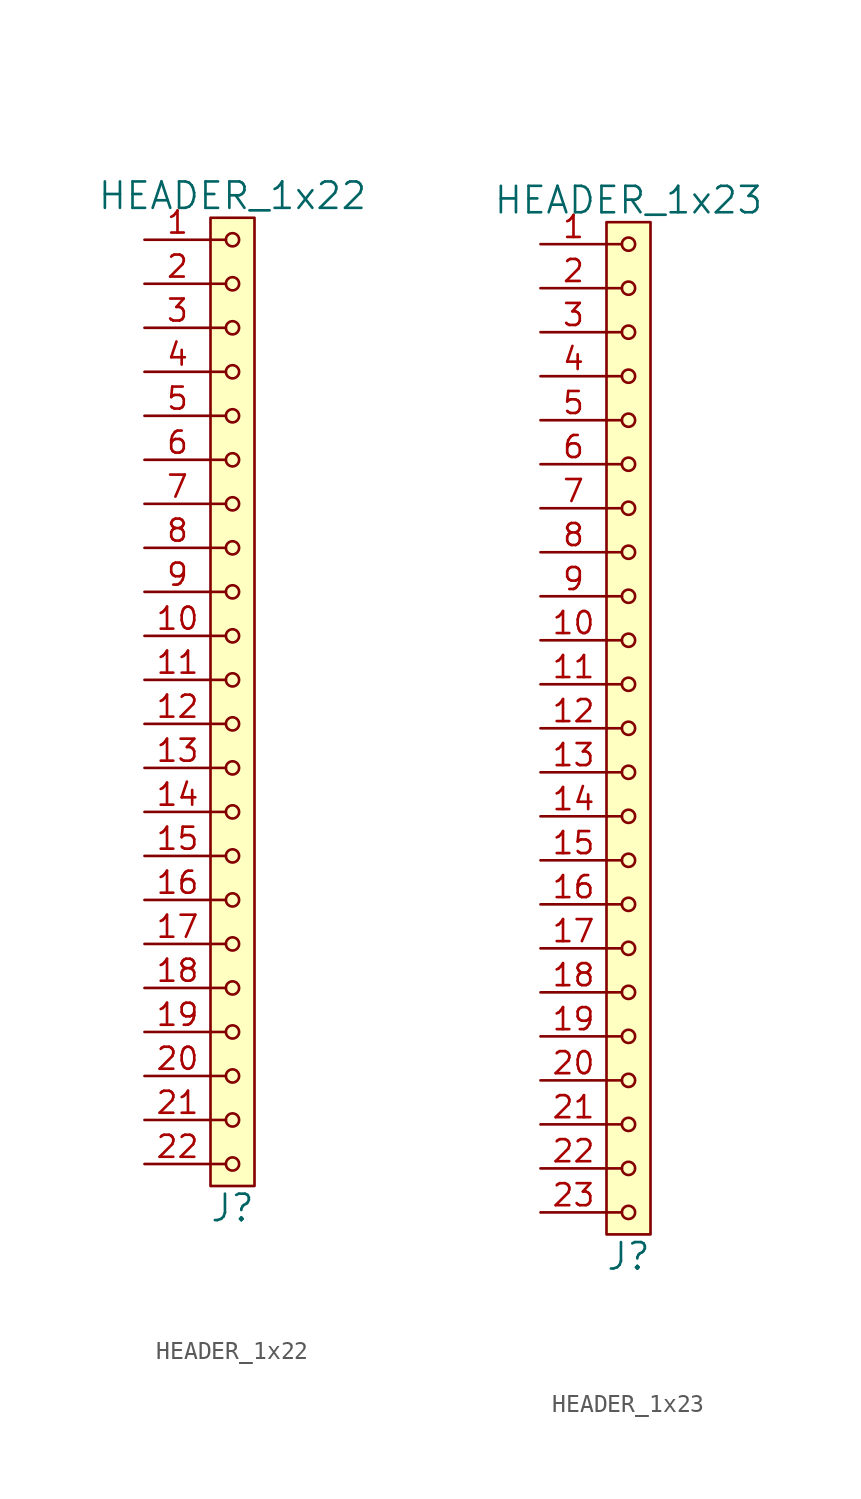
<source format=kicad_sym>
(kicad_symbol_lib
  (version 20211014)
  (generator kicad_symbol_editor)
  (symbol "HEADER_1x22"
    (pin_names
      (offset 1.016))
    (property "Reference" "J"
      (at 0 -29.21 0)
      (effects (font (size 1.524 1.524))))
    (property "Value" "HEADER_1x22"
      (at 0 29.21 0)
      (effects (font (size 1.524 1.524))))
    (property "Footprint" ""
      (at 0 26.67 0)
      (effects (font (size 1.524 1.524))))
    (property "Datasheet" ""
      (at 0 26.67 0)
      (effects (font (size 1.524 1.524))))
    (symbol "HEADER_1x22_0_1"
      (rectangle (start -1.27 27.94) (end 1.27 -27.94) (stroke (width 0) (type default) (color 0 0 0 0)) (fill (type background)))
      (circle (center 0 -26.67) (radius 0.381) (stroke (width 0) (type default) (color 0 0 0 0)) (fill (type none)))
      (circle (center 0 -24.13) (radius 0.381) (stroke (width 0) (type default) (color 0 0 0 0)) (fill (type none)))
      (circle (center 0 -21.59) (radius 0.381) (stroke (width 0) (type default) (color 0 0 0 0)) (fill (type none)))
      (circle (center 0 -19.05) (radius 0.381) (stroke (width 0) (type default) (color 0 0 0 0)) (fill (type none)))
      (circle (center 0 -16.51) (radius 0.381) (stroke (width 0) (type default) (color 0 0 0 0)) (fill (type none)))
      (circle (center 0 -13.97) (radius 0.381) (stroke (width 0) (type default) (color 0 0 0 0)) (fill (type none)))
      (circle (center 0 -11.43) (radius 0.381) (stroke (width 0) (type default) (color 0 0 0 0)) (fill (type none)))
      (circle (center 0 -8.89) (radius 0.381) (stroke (width 0) (type default) (color 0 0 0 0)) (fill (type none)))
      (circle (center 0 -6.35) (radius 0.381) (stroke (width 0) (type default) (color 0 0 0 0)) (fill (type none)))
      (circle (center 0 -3.81) (radius 0.381) (stroke (width 0) (type default) (color 0 0 0 0)) (fill (type none)))
      (circle (center 0 -1.27) (radius 0.381) (stroke (width 0) (type default) (color 0 0 0 0)) (fill (type none)))
      (polyline (pts (xy -1.27 -26.67) (xy -0.381 -26.67)) (stroke (width 0) (type default) (color 0 0 0 0)) (fill (type none)))
      (polyline (pts (xy -1.27 -24.13) (xy -0.381 -24.13)) (stroke (width 0) (type default) (color 0 0 0 0)) (fill (type none)))
      (polyline (pts (xy -1.27 -21.59) (xy -0.381 -21.59)) (stroke (width 0) (type default) (color 0 0 0 0)) (fill (type none)))
      (polyline (pts (xy -1.27 -19.05) (xy -0.381 -19.05)) (stroke (width 0) (type default) (color 0 0 0 0)) (fill (type none)))
      (polyline (pts (xy -1.27 -16.51) (xy -0.381 -16.51)) (stroke (width 0) (type default) (color 0 0 0 0)) (fill (type none)))
      (polyline (pts (xy -1.27 -13.97) (xy -0.381 -13.97)) (stroke (width 0) (type default) (color 0 0 0 0)) (fill (type none)))
      (polyline (pts (xy -1.27 -11.43) (xy -0.381 -11.43)) (stroke (width 0) (type default) (color 0 0 0 0)) (fill (type none)))
      (polyline (pts (xy -1.27 -8.89) (xy -0.381 -8.89)) (stroke (width 0) (type default) (color 0 0 0 0)) (fill (type none)))
      (polyline (pts (xy -1.27 -6.35) (xy -0.381 -6.35)) (stroke (width 0) (type default) (color 0 0 0 0)) (fill (type none)))
      (polyline (pts (xy -1.27 -3.81) (xy -0.381 -3.81)) (stroke (width 0) (type default) (color 0 0 0 0)) (fill (type none)))
      (polyline (pts (xy -1.27 -1.27) (xy -0.381 -1.27)) (stroke (width 0) (type default) (color 0 0 0 0)) (fill (type none)))
      (polyline (pts (xy -1.27 1.27) (xy -0.381 1.27)) (stroke (width 0) (type default) (color 0 0 0 0)) (fill (type none)))
      (polyline (pts (xy -1.27 3.81) (xy -0.381 3.81)) (stroke (width 0) (type default) (color 0 0 0 0)) (fill (type none)))
      (polyline (pts (xy -1.27 6.35) (xy -0.381 6.35)) (stroke (width 0) (type default) (color 0 0 0 0)) (fill (type none)))
      (polyline (pts (xy -1.27 8.89) (xy -0.381 8.89)) (stroke (width 0) (type default) (color 0 0 0 0)) (fill (type none)))
      (polyline (pts (xy -1.27 11.43) (xy -0.381 11.43)) (stroke (width 0) (type default) (color 0 0 0 0)) (fill (type none)))
      (polyline (pts (xy -1.27 13.97) (xy -0.381 13.97)) (stroke (width 0) (type default) (color 0 0 0 0)) (fill (type none)))
      (polyline (pts (xy -1.27 16.51) (xy -0.381 16.51)) (stroke (width 0) (type default) (color 0 0 0 0)) (fill (type none)))
      (polyline (pts (xy -1.27 19.05) (xy -0.381 19.05)) (stroke (width 0) (type default) (color 0 0 0 0)) (fill (type none)))
      (polyline (pts (xy -1.27 21.59) (xy -0.381 21.59)) (stroke (width 0) (type default) (color 0 0 0 0)) (fill (type none)))
      (polyline (pts (xy -1.27 24.13) (xy -0.381 24.13)) (stroke (width 0) (type default) (color 0 0 0 0)) (fill (type none)))
      (polyline (pts (xy -1.27 26.67) (xy -0.381 26.67)) (stroke (width 0) (type default) (color 0 0 0 0)) (fill (type none)))
      (circle (center 0 1.27) (radius 0.381) (stroke (width 0) (type default) (color 0 0 0 0)) (fill (type none)))
      (circle (center 0 3.81) (radius 0.381) (stroke (width 0) (type default) (color 0 0 0 0)) (fill (type none)))
      (circle (center 0 6.35) (radius 0.381) (stroke (width 0) (type default) (color 0 0 0 0)) (fill (type none)))
      (circle (center 0 8.89) (radius 0.381) (stroke (width 0) (type default) (color 0 0 0 0)) (fill (type none)))
      (circle (center 0 11.43) (radius 0.381) (stroke (width 0) (type default) (color 0 0 0 0)) (fill (type none)))
      (circle (center 0 13.97) (radius 0.381) (stroke (width 0) (type default) (color 0 0 0 0)) (fill (type none)))
      (circle (center 0 16.51) (radius 0.381) (stroke (width 0) (type default) (color 0 0 0 0)) (fill (type none)))
      (circle (center 0 19.05) (radius 0.381) (stroke (width 0) (type default) (color 0 0 0 0)) (fill (type none)))
      (circle (center 0 21.59) (radius 0.381) (stroke (width 0) (type default) (color 0 0 0 0)) (fill (type none)))
      (circle (center 0 24.13) (radius 0.381) (stroke (width 0) (type default) (color 0 0 0 0)) (fill (type none)))
      (circle (center 0 26.67) (radius 0.381) (stroke (width 0) (type default) (color 0 0 0 0)) (fill (type none))))
    (symbol "HEADER_1x22_1_1"
      (pin input line (at -5.08 26.67 0) (length 3.81) (name "~" (effects (font (size 1.27 1.27)))) (number "1" (effects (font (size 1.27 1.27)))))
      (pin input line (at -5.08 3.81 0) (length 3.81) (name "~" (effects (font (size 1.27 1.27)))) (number "10" (effects (font (size 1.27 1.27)))))
      (pin input line (at -5.08 1.27 0) (length 3.81) (name "~" (effects (font (size 1.27 1.27)))) (number "11" (effects (font (size 1.27 1.27)))))
      (pin input line (at -5.08 -1.27 0) (length 3.81) (name "~" (effects (font (size 1.27 1.27)))) (number "12" (effects (font (size 1.27 1.27)))))
      (pin input line (at -5.08 -3.81 0) (length 3.81) (name "~" (effects (font (size 1.27 1.27)))) (number "13" (effects (font (size 1.27 1.27)))))
      (pin input line (at -5.08 -6.35 0) (length 3.81) (name "~" (effects (font (size 1.27 1.27)))) (number "14" (effects (font (size 1.27 1.27)))))
      (pin input line (at -5.08 -8.89 0) (length 3.81) (name "~" (effects (font (size 1.27 1.27)))) (number "15" (effects (font (size 1.27 1.27)))))
      (pin input line (at -5.08 -11.43 0) (length 3.81) (name "~" (effects (font (size 1.27 1.27)))) (number "16" (effects (font (size 1.27 1.27)))))
      (pin input line (at -5.08 -13.97 0) (length 3.81) (name "~" (effects (font (size 1.27 1.27)))) (number "17" (effects (font (size 1.27 1.27)))))
      (pin input line (at -5.08 -16.51 0) (length 3.81) (name "~" (effects (font (size 1.27 1.27)))) (number "18" (effects (font (size 1.27 1.27)))))
      (pin input line (at -5.08 -19.05 0) (length 3.81) (name "~" (effects (font (size 1.27 1.27)))) (number "19" (effects (font (size 1.27 1.27)))))
      (pin input line (at -5.08 24.13 0) (length 3.81) (name "~" (effects (font (size 1.27 1.27)))) (number "2" (effects (font (size 1.27 1.27)))))
      (pin input line (at -5.08 -21.59 0) (length 3.81) (name "~" (effects (font (size 1.27 1.27)))) (number "20" (effects (font (size 1.27 1.27)))))
      (pin input line (at -5.08 -24.13 0) (length 3.81) (name "~" (effects (font (size 1.27 1.27)))) (number "21" (effects (font (size 1.27 1.27)))))
      (pin input line (at -5.08 -26.67 0) (length 3.81) (name "~" (effects (font (size 1.27 1.27)))) (number "22" (effects (font (size 1.27 1.27)))))
      (pin input line (at -5.08 21.59 0) (length 3.81) (name "~" (effects (font (size 1.27 1.27)))) (number "3" (effects (font (size 1.27 1.27)))))
      (pin input line (at -5.08 19.05 0) (length 3.81) (name "~" (effects (font (size 1.27 1.27)))) (number "4" (effects (font (size 1.27 1.27)))))
      (pin input line (at -5.08 16.51 0) (length 3.81) (name "~" (effects (font (size 1.27 1.27)))) (number "5" (effects (font (size 1.27 1.27)))))
      (pin input line (at -5.08 13.97 0) (length 3.81) (name "~" (effects (font (size 1.27 1.27)))) (number "6" (effects (font (size 1.27 1.27)))))
      (pin input line (at -5.08 11.43 0) (length 3.81) (name "~" (effects (font (size 1.27 1.27)))) (number "7" (effects (font (size 1.27 1.27)))))
      (pin input line (at -5.08 8.89 0) (length 3.81) (name "~" (effects (font (size 1.27 1.27)))) (number "8" (effects (font (size 1.27 1.27)))))
      (pin input line (at -5.08 6.35 0) (length 3.81) (name "~" (effects (font (size 1.27 1.27)))) (number "9" (effects (font (size 1.27 1.27)))))))
  (symbol "HEADER_1x23"
    (pin_names
      (offset 1.016))
    (property "Reference" "J"
      (at 0 -30.48 0)
      (effects (font (size 1.524 1.524))))
    (property "Value" "HEADER_1x23"
      (at 0 30.48 0)
      (effects (font (size 1.524 1.524))))
    (property "Footprint" ""
      (at 0 27.94 0)
      (effects (font (size 1.524 1.524))))
    (property "Datasheet" ""
      (at 0 27.94 0)
      (effects (font (size 1.524 1.524))))
    (symbol "HEADER_1x23_0_1"
      (rectangle (start -1.27 29.21) (end 1.27 -29.21) (stroke (width 0) (type default) (color 0 0 0 0)) (fill (type background)))
      (circle (center 0 -27.94) (radius 0.381) (stroke (width 0) (type default) (color 0 0 0 0)) (fill (type none)))
      (circle (center 0 -25.4) (radius 0.381) (stroke (width 0) (type default) (color 0 0 0 0)) (fill (type none)))
      (circle (center 0 -22.86) (radius 0.381) (stroke (width 0) (type default) (color 0 0 0 0)) (fill (type none)))
      (circle (center 0 -20.32) (radius 0.381) (stroke (width 0) (type default) (color 0 0 0 0)) (fill (type none)))
      (circle (center 0 -17.78) (radius 0.381) (stroke (width 0) (type default) (color 0 0 0 0)) (fill (type none)))
      (circle (center 0 -15.24) (radius 0.381) (stroke (width 0) (type default) (color 0 0 0 0)) (fill (type none)))
      (circle (center 0 -12.7) (radius 0.381) (stroke (width 0) (type default) (color 0 0 0 0)) (fill (type none)))
      (circle (center 0 -10.16) (radius 0.381) (stroke (width 0) (type default) (color 0 0 0 0)) (fill (type none)))
      (circle (center 0 -7.62) (radius 0.381) (stroke (width 0) (type default) (color 0 0 0 0)) (fill (type none)))
      (circle (center 0 -5.08) (radius 0.381) (stroke (width 0) (type default) (color 0 0 0 0)) (fill (type none)))
      (circle (center 0 -2.54) (radius 0.381) (stroke (width 0) (type default) (color 0 0 0 0)) (fill (type none)))
      (polyline (pts (xy -1.27 -27.94) (xy -0.381 -27.94)) (stroke (width 0) (type default) (color 0 0 0 0)) (fill (type none)))
      (polyline (pts (xy -1.27 -25.4) (xy -0.381 -25.4)) (stroke (width 0) (type default) (color 0 0 0 0)) (fill (type none)))
      (polyline (pts (xy -1.27 -22.86) (xy -0.381 -22.86)) (stroke (width 0) (type default) (color 0 0 0 0)) (fill (type none)))
      (polyline (pts (xy -1.27 -20.32) (xy -0.381 -20.32)) (stroke (width 0) (type default) (color 0 0 0 0)) (fill (type none)))
      (polyline (pts (xy -1.27 -17.78) (xy -0.381 -17.78)) (stroke (width 0) (type default) (color 0 0 0 0)) (fill (type none)))
      (polyline (pts (xy -1.27 -15.24) (xy -0.381 -15.24)) (stroke (width 0) (type default) (color 0 0 0 0)) (fill (type none)))
      (polyline (pts (xy -1.27 -12.7) (xy -0.381 -12.7)) (stroke (width 0) (type default) (color 0 0 0 0)) (fill (type none)))
      (polyline (pts (xy -1.27 -10.16) (xy -0.381 -10.16)) (stroke (width 0) (type default) (color 0 0 0 0)) (fill (type none)))
      (polyline (pts (xy -1.27 -7.62) (xy -0.381 -7.62)) (stroke (width 0) (type default) (color 0 0 0 0)) (fill (type none)))
      (polyline (pts (xy -1.27 -5.08) (xy -0.381 -5.08)) (stroke (width 0) (type default) (color 0 0 0 0)) (fill (type none)))
      (polyline (pts (xy -1.27 -2.54) (xy -0.381 -2.54)) (stroke (width 0) (type default) (color 0 0 0 0)) (fill (type none)))
      (polyline (pts (xy -1.27 0) (xy -0.381 0)) (stroke (width 0) (type default) (color 0 0 0 0)) (fill (type none)))
      (polyline (pts (xy -1.27 2.54) (xy -0.381 2.54)) (stroke (width 0) (type default) (color 0 0 0 0)) (fill (type none)))
      (polyline (pts (xy -1.27 5.08) (xy -0.381 5.08)) (stroke (width 0) (type default) (color 0 0 0 0)) (fill (type none)))
      (polyline (pts (xy -1.27 7.62) (xy -0.381 7.62)) (stroke (width 0) (type default) (color 0 0 0 0)) (fill (type none)))
      (polyline (pts (xy -1.27 10.16) (xy -0.381 10.16)) (stroke (width 0) (type default) (color 0 0 0 0)) (fill (type none)))
      (polyline (pts (xy -1.27 12.7) (xy -0.381 12.7)) (stroke (width 0) (type default) (color 0 0 0 0)) (fill (type none)))
      (polyline (pts (xy -1.27 15.24) (xy -0.381 15.24)) (stroke (width 0) (type default) (color 0 0 0 0)) (fill (type none)))
      (polyline (pts (xy -1.27 17.78) (xy -0.381 17.78)) (stroke (width 0) (type default) (color 0 0 0 0)) (fill (type none)))
      (polyline (pts (xy -1.27 20.32) (xy -0.381 20.32)) (stroke (width 0) (type default) (color 0 0 0 0)) (fill (type none)))
      (polyline (pts (xy -1.27 22.86) (xy -0.381 22.86)) (stroke (width 0) (type default) (color 0 0 0 0)) (fill (type none)))
      (polyline (pts (xy -1.27 25.4) (xy -0.381 25.4)) (stroke (width 0) (type default) (color 0 0 0 0)) (fill (type none)))
      (polyline (pts (xy -1.27 27.94) (xy -0.381 27.94)) (stroke (width 0) (type default) (color 0 0 0 0)) (fill (type none)))
      (circle (center 0 0) (radius 0.381) (stroke (width 0) (type default) (color 0 0 0 0)) (fill (type none)))
      (circle (center 0 2.54) (radius 0.381) (stroke (width 0) (type default) (color 0 0 0 0)) (fill (type none)))
      (circle (center 0 5.08) (radius 0.381) (stroke (width 0) (type default) (color 0 0 0 0)) (fill (type none)))
      (circle (center 0 7.62) (radius 0.381) (stroke (width 0) (type default) (color 0 0 0 0)) (fill (type none)))
      (circle (center 0 10.16) (radius 0.381) (stroke (width 0) (type default) (color 0 0 0 0)) (fill (type none)))
      (circle (center 0 12.7) (radius 0.381) (stroke (width 0) (type default) (color 0 0 0 0)) (fill (type none)))
      (circle (center 0 15.24) (radius 0.381) (stroke (width 0) (type default) (color 0 0 0 0)) (fill (type none)))
      (circle (center 0 17.78) (radius 0.381) (stroke (width 0) (type default) (color 0 0 0 0)) (fill (type none)))
      (circle (center 0 20.32) (radius 0.381) (stroke (width 0) (type default) (color 0 0 0 0)) (fill (type none)))
      (circle (center 0 22.86) (radius 0.381) (stroke (width 0) (type default) (color 0 0 0 0)) (fill (type none)))
      (circle (center 0 25.4) (radius 0.381) (stroke (width 0) (type default) (color 0 0 0 0)) (fill (type none)))
      (circle (center 0 27.94) (radius 0.381) (stroke (width 0) (type default) (color 0 0 0 0)) (fill (type none))))
    (symbol "HEADER_1x23_1_1"
      (pin input line (at -5.08 27.94 0) (length 3.81) (name "~" (effects (font (size 1.27 1.27)))) (number "1" (effects (font (size 1.27 1.27)))))
      (pin input line (at -5.08 5.08 0) (length 3.81) (name "~" (effects (font (size 1.27 1.27)))) (number "10" (effects (font (size 1.27 1.27)))))
      (pin input line (at -5.08 2.54 0) (length 3.81) (name "~" (effects (font (size 1.27 1.27)))) (number "11" (effects (font (size 1.27 1.27)))))
      (pin input line (at -5.08 0 0) (length 3.81) (name "~" (effects (font (size 1.27 1.27)))) (number "12" (effects (font (size 1.27 1.27)))))
      (pin input line (at -5.08 -2.54 0) (length 3.81) (name "~" (effects (font (size 1.27 1.27)))) (number "13" (effects (font (size 1.27 1.27)))))
      (pin input line (at -5.08 -5.08 0) (length 3.81) (name "~" (effects (font (size 1.27 1.27)))) (number "14" (effects (font (size 1.27 1.27)))))
      (pin input line (at -5.08 -7.62 0) (length 3.81) (name "~" (effects (font (size 1.27 1.27)))) (number "15" (effects (font (size 1.27 1.27)))))
      (pin input line (at -5.08 -10.16 0) (length 3.81) (name "~" (effects (font (size 1.27 1.27)))) (number "16" (effects (font (size 1.27 1.27)))))
      (pin input line (at -5.08 -12.7 0) (length 3.81) (name "~" (effects (font (size 1.27 1.27)))) (number "17" (effects (font (size 1.27 1.27)))))
      (pin input line (at -5.08 -15.24 0) (length 3.81) (name "~" (effects (font (size 1.27 1.27)))) (number "18" (effects (font (size 1.27 1.27)))))
      (pin input line (at -5.08 -17.78 0) (length 3.81) (name "~" (effects (font (size 1.27 1.27)))) (number "19" (effects (font (size 1.27 1.27)))))
      (pin input line (at -5.08 25.4 0) (length 3.81) (name "~" (effects (font (size 1.27 1.27)))) (number "2" (effects (font (size 1.27 1.27)))))
      (pin input line (at -5.08 -20.32 0) (length 3.81) (name "~" (effects (font (size 1.27 1.27)))) (number "20" (effects (font (size 1.27 1.27)))))
      (pin input line (at -5.08 -22.86 0) (length 3.81) (name "~" (effects (font (size 1.27 1.27)))) (number "21" (effects (font (size 1.27 1.27)))))
      (pin input line (at -5.08 -25.4 0) (length 3.81) (name "~" (effects (font (size 1.27 1.27)))) (number "22" (effects (font (size 1.27 1.27)))))
      (pin input line (at -5.08 -27.94 0) (length 3.81) (name "~" (effects (font (size 1.27 1.27)))) (number "23" (effects (font (size 1.27 1.27)))))
      (pin input line (at -5.08 22.86 0) (length 3.81) (name "~" (effects (font (size 1.27 1.27)))) (number "3" (effects (font (size 1.27 1.27)))))
      (pin input line (at -5.08 20.32 0) (length 3.81) (name "~" (effects (font (size 1.27 1.27)))) (number "4" (effects (font (size 1.27 1.27)))))
      (pin input line (at -5.08 17.78 0) (length 3.81) (name "~" (effects (font (size 1.27 1.27)))) (number "5" (effects (font (size 1.27 1.27)))))
      (pin input line (at -5.08 15.24 0) (length 3.81) (name "~" (effects (font (size 1.27 1.27)))) (number "6" (effects (font (size 1.27 1.27)))))
      (pin input line (at -5.08 12.7 0) (length 3.81) (name "~" (effects (font (size 1.27 1.27)))) (number "7" (effects (font (size 1.27 1.27)))))
      (pin input line (at -5.08 10.16 0) (length 3.81) (name "~" (effects (font (size 1.27 1.27)))) (number "8" (effects (font (size 1.27 1.27)))))
      (pin input line (at -5.08 7.62 0) (length 3.81) (name "~" (effects (font (size 1.27 1.27)))) (number "9" (effects (font (size 1.27 1.27))))))))
</source>
